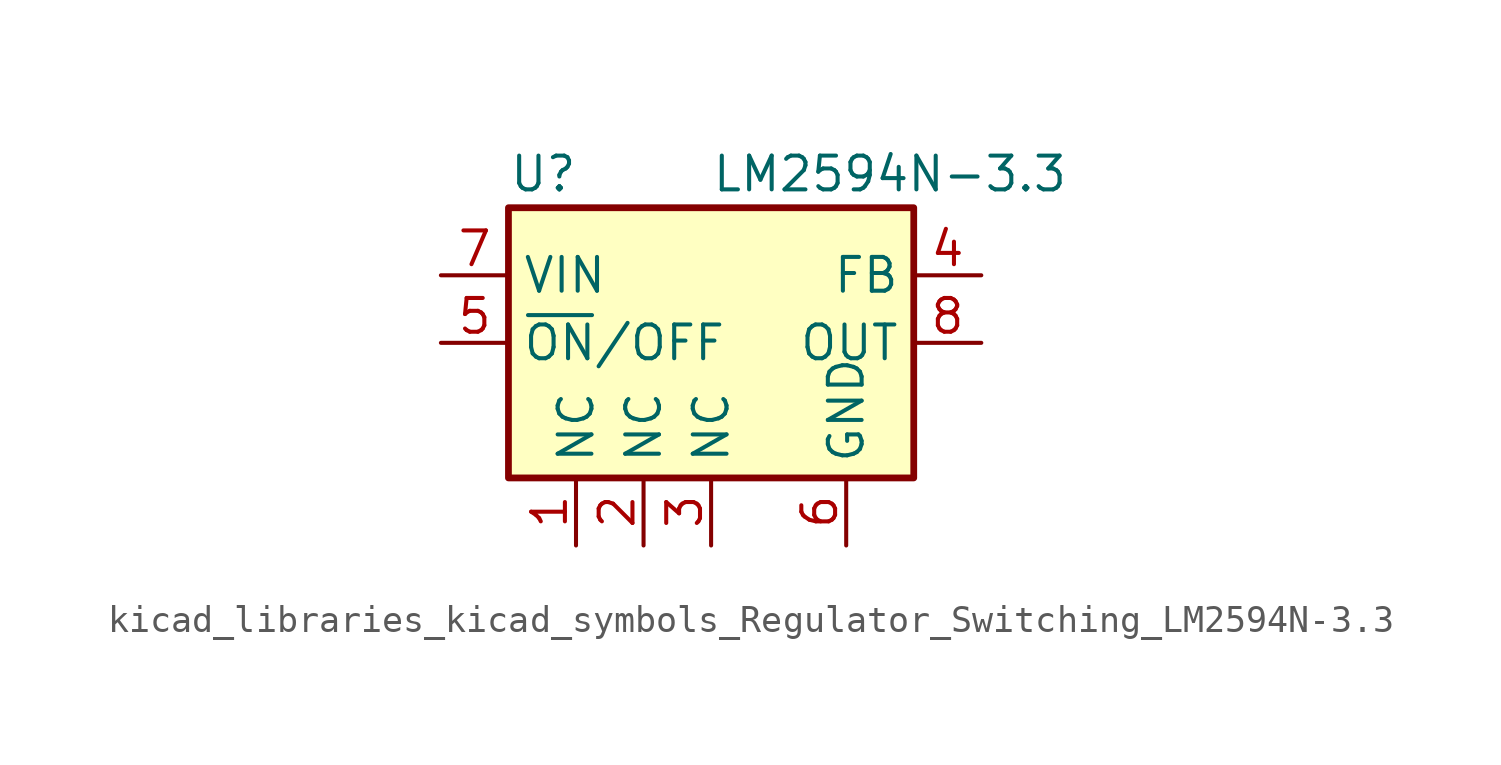
<source format=kicad_sym>
(kicad_symbol_lib
  (version 20220914)
  (generator kicad_symbol_editor)
  (symbol "kicad_libraries_kicad_symbols_Regulator_Switching_LM2594N-3.3"
    (property "Reference" "U"
      (at -7.62 6.35 0)
      (effects (font (size 1.27 1.27)) (justify left)))
    (property "Value" "LM2594N-3.3"
      (at 0 6.35 0)
      (effects (font (size 1.27 1.27)) (justify left)))
    (symbol "kicad_libraries_kicad_symbols_Regulator_Switching_LM2594N-3.3_0_1"
      (rectangle (start -7.62 5.08) (end 7.62 -5.08) (stroke (width 0.254) (type default)) (fill (type background))))
    (symbol "kicad_libraries_kicad_symbols_Regulator_Switching_LM2594N-3.3_1_1"
      (pin passive line (at -5.08 -7.62 90) (length 2.54) (name "NC" (effects (font (size 1.27 1.27)))) (number "1" (effects (font (size 1.27 1.27)))))
      (pin passive line (at -2.54 -7.62 90) (length 2.54) (name "NC" (effects (font (size 1.27 1.27)))) (number "2" (effects (font (size 1.27 1.27)))))
      (pin passive line (at 0 -7.62 90) (length 2.54) (name "NC" (effects (font (size 1.27 1.27)))) (number "3" (effects (font (size 1.27 1.27)))))
      (pin input line (at 10.16 2.54 180) (length 2.54) (name "FB" (effects (font (size 1.27 1.27)))) (number "4" (effects (font (size 1.27 1.27)))))
      (pin input line (at -10.16 0 0) (length 2.54) (name "~{ON}/OFF" (effects (font (size 1.27 1.27)))) (number "5" (effects (font (size 1.27 1.27)))))
      (pin power_in line (at 5.08 -7.62 90) (length 2.54) (name "GND" (effects (font (size 1.27 1.27)))) (number "6" (effects (font (size 1.27 1.27)))))
      (pin power_in line (at -10.16 2.54 0) (length 2.54) (name "VIN" (effects (font (size 1.27 1.27)))) (number "7" (effects (font (size 1.27 1.27)))))
      (pin output line (at 10.16 0 180) (length 2.54) (name "OUT" (effects (font (size 1.27 1.27)))) (number "8" (effects (font (size 1.27 1.27))))))))
</source>
